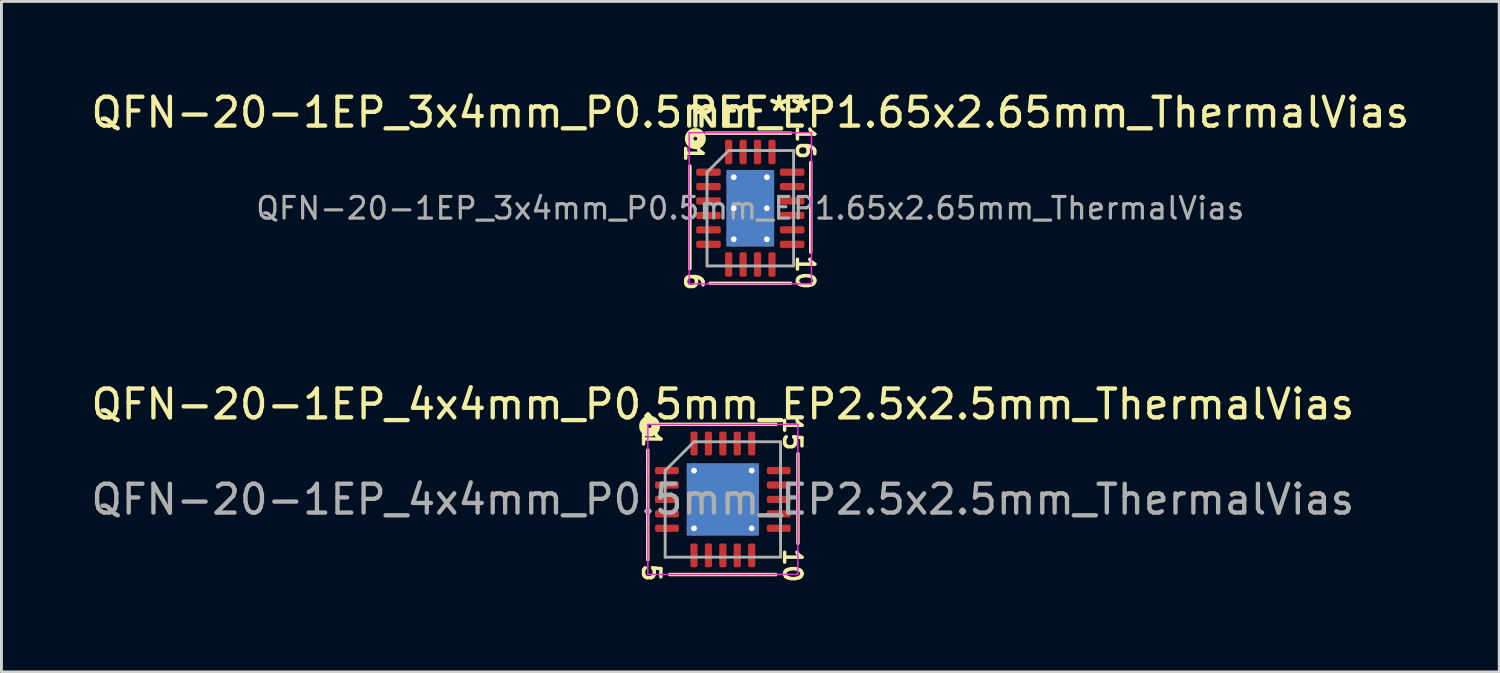
<source format=kicad_pcb>
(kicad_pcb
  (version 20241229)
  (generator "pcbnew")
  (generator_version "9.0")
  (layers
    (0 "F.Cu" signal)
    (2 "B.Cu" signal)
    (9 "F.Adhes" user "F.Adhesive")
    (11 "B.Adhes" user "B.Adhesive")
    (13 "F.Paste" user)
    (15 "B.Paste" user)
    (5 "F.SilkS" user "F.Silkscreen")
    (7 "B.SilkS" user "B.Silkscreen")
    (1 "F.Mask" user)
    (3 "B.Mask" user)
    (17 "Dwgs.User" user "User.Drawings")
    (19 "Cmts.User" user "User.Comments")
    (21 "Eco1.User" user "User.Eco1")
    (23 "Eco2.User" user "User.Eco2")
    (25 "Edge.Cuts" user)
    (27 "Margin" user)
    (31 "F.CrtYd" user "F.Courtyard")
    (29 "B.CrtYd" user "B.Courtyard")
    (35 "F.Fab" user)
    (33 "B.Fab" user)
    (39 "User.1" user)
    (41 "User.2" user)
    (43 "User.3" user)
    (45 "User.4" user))
  (footprint "QFN-20-1EP_3x4mm_P0.5mm_EP1.65x2.65mm_ThermalVias"
    (layer "F.Cu")
    (at 22.958 4.168)
    (property "Reference" "QFN-20-1EP_3x4mm_P0.5mm_EP1.65x2.65mm_ThermalVias" (at 0 -3.32 0) (layer "F.SilkS") (effects (font (size 1 1) (thickness 0.15))))
    (attr smd)
    (fp_line (start -2.095 -1.46) (end -2.095 2.095) (stroke (width 0.12) (type solid)) (layer "F.SilkS"))
    (fp_line (start -1.397 2.603) (end 1.397 2.603) (stroke (width 0.12) (type solid)) (layer "F.SilkS"))
    (fp_line (start 1.397 -2.603) (end -1.524 -2.603) (stroke (width 0.12) (type solid)) (layer "F.SilkS"))
    (fp_line (start 2.095 1.524) (end 2.095 -1.587) (stroke (width 0.12) (type solid)) (layer "F.SilkS"))
    (fp_circle (center -1.905 -2.413) (end -1.841 -2.413) (stroke (width 0.3) (type solid)) (fill no) (layer "F.SilkS"))
    (fp_line (start -2.12 -2.62) (end -2.12 2.62) (stroke (width 0.05) (type solid)) (layer "F.CrtYd"))
    (fp_line (start -2.12 2.62) (end 2.12 2.62) (stroke (width 0.05) (type solid)) (layer "F.CrtYd"))
    (fp_line (start 2.12 -2.62) (end -2.12 -2.62) (stroke (width 0.05) (type solid)) (layer "F.CrtYd"))
    (fp_line (start 2.12 2.62) (end 2.12 -2.62) (stroke (width 0.05) (type solid)) (layer "F.CrtYd"))
    (fp_line (start -1.5 -1.25) (end -0.75 -2) (stroke (width 0.1) (type solid)) (layer "F.Fab"))
    (fp_line (start -1.5 2) (end -1.5 -1.25) (stroke (width 0.1) (type solid)) (layer "F.Fab"))
    (fp_line (start -0.75 -2) (end 1.5 -2) (stroke (width 0.1) (type solid)) (layer "F.Fab"))
    (fp_line (start 1.5 -2) (end 1.5 2) (stroke (width 0.1) (type solid)) (layer "F.Fab"))
    (fp_line (start 1.5 2) (end -1.5 2) (stroke (width 0.1) (type solid)) (layer "F.Fab"))
    (fp_text user "10" (at 1.905 2.223 270) (unlocked yes) (layer "F.SilkS") (effects (font (size 0.6 0.6) (thickness 0.12))))
    (fp_text user "6" (at -1.968 2.54 270) (unlocked yes) (layer "F.SilkS") (effects (font (size 0.6 0.6) (thickness 0.12))))
    (fp_text user "16" (at 1.905 -2.286 270) (unlocked yes) (layer "F.SilkS") (effects (font (size 0.6 0.6) (thickness 0.12))))
    (fp_text user "REF**" (at 0 -3.32 0) (layer "F.SilkS") (effects (font (size 1 1) (thickness 0.15))))
    (fp_text user "1" (at -1.968 -1.905 270) (unlocked yes) (layer "F.SilkS") (effects (font (size 0.6 0.6) (thickness 0.12))))
    (fp_text user "${REFERENCE}" (at 0 0 0) (layer "F.Fab") (effects (font (size 0.75 0.75) (thickness 0.11))))
    (pad "" smd roundrect (at -0.41 -0.66) (size 0.71 1.15) (layers "F.Paste") (roundrect_rratio 0.25))
    (pad "" smd roundrect (at -0.41 0.66) (size 0.71 1.15) (layers "F.Paste") (roundrect_rratio 0.25))
    (pad "" smd roundrect (at 0.41 -0.66) (size 0.71 1.15) (layers "F.Paste") (roundrect_rratio 0.25))
    (pad "" smd roundrect (at 0.41 0.66) (size 0.71 1.15) (layers "F.Paste") (roundrect_rratio 0.25))
    (pad "1" smd roundrect (at -1.45 -1.25) (size 0.85 0.25) (layers "F.Cu" "F.Mask" "F.Paste") (roundrect_rratio 0.25))
    (pad "2" smd roundrect (at -1.45 -0.75) (size 0.85 0.25) (layers "F.Cu" "F.Mask" "F.Paste") (roundrect_rratio 0.25))
    (pad "3" smd roundrect (at -1.45 -0.25) (size 0.85 0.25) (layers "F.Cu" "F.Mask" "F.Paste") (roundrect_rratio 0.25))
    (pad "4" smd roundrect (at -1.45 0.25) (size 0.85 0.25) (layers "F.Cu" "F.Mask" "F.Paste") (roundrect_rratio 0.25))
    (pad "5" smd roundrect (at -1.45 0.75) (size 0.85 0.25) (layers "F.Cu" "F.Mask" "F.Paste") (roundrect_rratio 0.25))
    (pad "6" smd roundrect (at -1.45 1.25) (size 0.85 0.25) (layers "F.Cu" "F.Mask" "F.Paste") (roundrect_rratio 0.25))
    (pad "7" smd roundrect (at -0.75 1.95) (size 0.25 0.85) (layers "F.Cu" "F.Mask" "F.Paste") (roundrect_rratio 0.25))
    (pad "8" smd roundrect (at -0.25 1.95) (size 0.25 0.85) (layers "F.Cu" "F.Mask" "F.Paste") (roundrect_rratio 0.25))
    (pad "9" smd roundrect (at 0.25 1.95) (size 0.25 0.85) (layers "F.Cu" "F.Mask" "F.Paste") (roundrect_rratio 0.25))
    (pad "10" smd roundrect (at 0.75 1.95) (size 0.25 0.85) (layers "F.Cu" "F.Mask" "F.Paste") (roundrect_rratio 0.25))
    (pad "11" smd roundrect (at 1.45 1.25) (size 0.85 0.25) (layers "F.Cu" "F.Mask" "F.Paste") (roundrect_rratio 0.25))
    (pad "12" smd roundrect (at 1.45 0.75) (size 0.85 0.25) (layers "F.Cu" "F.Mask" "F.Paste") (roundrect_rratio 0.25))
    (pad "13" smd roundrect (at 1.45 0.25) (size 0.85 0.25) (layers "F.Cu" "F.Mask" "F.Paste") (roundrect_rratio 0.25))
    (pad "14" smd roundrect (at 1.45 -0.25) (size 0.85 0.25) (layers "F.Cu" "F.Mask" "F.Paste") (roundrect_rratio 0.25))
    (pad "15" smd roundrect (at 1.45 -0.75) (size 0.85 0.25) (layers "F.Cu" "F.Mask" "F.Paste") (roundrect_rratio 0.25))
    (pad "16" smd roundrect (at 1.45 -1.25) (size 0.85 0.25) (layers "F.Cu" "F.Mask" "F.Paste") (roundrect_rratio 0.25))
    (pad "17" smd roundrect (at 0.75 -1.95) (size 0.25 0.85) (layers "F.Cu" "F.Mask" "F.Paste") (roundrect_rratio 0.25))
    (pad "18" smd roundrect (at 0.25 -1.95) (size 0.25 0.85) (layers "F.Cu" "F.Mask" "F.Paste") (roundrect_rratio 0.25))
    (pad "19" smd roundrect (at -0.25 -1.95) (size 0.25 0.85) (layers "F.Cu" "F.Mask" "F.Paste") (roundrect_rratio 0.25))
    (pad "20" smd roundrect (at -0.75 -1.95) (size 0.25 0.85) (layers "F.Cu" "F.Mask" "F.Paste") (roundrect_rratio 0.25))
    (pad "21" thru_hole circle (at -0.575 -1.075) (size 0.5 0.5) (drill 0.2) (layers "*.Cu"))
    (pad "21" thru_hole circle (at -0.575 0) (size 0.5 0.5) (drill 0.2) (layers "*.Cu"))
    (pad "21" thru_hole circle (at -0.575 1.075) (size 0.5 0.5) (drill 0.2) (layers "*.Cu"))
    (pad "21" smd rect (at 0 0) (size 1.65 2.65) (layers "F.Cu" "F.Mask"))
    (pad "21" smd rect (at 0 0) (size 1.65 2.65) (layers "B.Cu" "B.Mask"))
    (pad "21" thru_hole circle (at 0.575 -1.075) (size 0.5 0.5) (drill 0.2) (layers "*.Cu"))
    (pad "21" thru_hole circle (at 0.575 0) (size 0.5 0.5) (drill 0.2) (layers "*.Cu"))
    (pad "21" thru_hole circle (at 0.575 1.075) (size 0.5 0.5) (drill 0.2) (layers "*.Cu")))
  (footprint "QFN-20-1EP_4x4mm_P0.5mm_EP2.5x2.5mm_ThermalVias"
    (layer "F.Cu")
    (at 22.006 14.262)
    (property "Reference" "QFN-20-1EP_4x4mm_P0.5mm_EP2.5x2.5mm_ThermalVias" (at 0 -3.3 0) (layer "F.SilkS") (effects (font (size 1 1) (thickness 0.15))))
    (attr smd)
    (fp_line (start -2.603 -1.714) (end -2.603 2.095) (stroke (width 0.12) (type solid)) (layer "F.SilkS"))
    (fp_line (start -1.841 2.603) (end 1.841 2.603) (stroke (width 0.12) (type solid)) (layer "F.SilkS"))
    (fp_line (start 1.841 -2.603) (end -2.159 -2.603) (stroke (width 0.12) (type solid)) (layer "F.SilkS"))
    (fp_line (start 2.603 1.524) (end 2.603 -1.587) (stroke (width 0.12) (type solid)) (layer "F.SilkS"))
    (fp_circle (center -2.54 -2.54) (end -2.477 -2.54) (stroke (width 0.3) (type solid)) (fill no) (layer "F.SilkS"))
    (fp_line (start -2.6 -2.6) (end -2.6 2.6) (stroke (width 0.05) (type solid)) (layer "F.CrtYd"))
    (fp_line (start -2.6 2.6) (end 2.6 2.6) (stroke (width 0.05) (type solid)) (layer "F.CrtYd"))
    (fp_line (start 2.6 -2.6) (end -2.6 -2.6) (stroke (width 0.05) (type solid)) (layer "F.CrtYd"))
    (fp_line (start 2.6 2.6) (end 2.6 -2.6) (stroke (width 0.05) (type solid)) (layer "F.CrtYd"))
    (fp_line (start -2 -1) (end -1 -2) (stroke (width 0.1) (type solid)) (layer "F.Fab"))
    (fp_line (start -2 2) (end -2 -1) (stroke (width 0.1) (type solid)) (layer "F.Fab"))
    (fp_line (start -1 -2) (end 2 -2) (stroke (width 0.1) (type solid)) (layer "F.Fab"))
    (fp_line (start 2 -2) (end 2 2) (stroke (width 0.1) (type solid)) (layer "F.Fab"))
    (fp_line (start 2 2) (end -2 2) (stroke (width 0.1) (type solid)) (layer "F.Fab"))
    (fp_text user "5" (at -2.477 2.54 270) (unlocked yes) (layer "F.SilkS") (effects (font (size 0.6 0.6) (thickness 0.12))))
    (fp_text user "15" (at 2.413 -2.286 270) (unlocked yes) (layer "F.SilkS") (effects (font (size 0.6 0.6) (thickness 0.12))))
    (fp_text user "1" (at -2.477 -2.095 270) (unlocked yes) (layer "F.SilkS") (effects (font (size 0.6 0.6) (thickness 0.12))))
    (fp_text user "10" (at 2.413 2.286 270) (unlocked yes) (layer "F.SilkS") (effects (font (size 0.6 0.6) (thickness 0.12))))
    (fp_text user "${REFERENCE}" (at 0 0 0) (layer "F.Fab") (effects (font (size 1 1) (thickness 0.15))))
    (pad "" smd roundrect (at -0.625 -0.625) (size 1.08 1.08) (layers "F.Paste") (roundrect_rratio 0.231))
    (pad "" smd roundrect (at -0.625 0.625) (size 1.08 1.08) (layers "F.Paste") (roundrect_rratio 0.231))
    (pad "" smd roundrect (at 0.625 -0.625) (size 1.08 1.08) (layers "F.Paste") (roundrect_rratio 0.231))
    (pad "" smd roundrect (at 0.625 0.625) (size 1.08 1.08) (layers "F.Paste") (roundrect_rratio 0.231))
    (pad "1" smd roundrect (at -1.938 -1) (size 0.825 0.25) (layers "F.Cu" "F.Mask" "F.Paste") (roundrect_rratio 0.25))
    (pad "2" smd roundrect (at -1.938 -0.5) (size 0.825 0.25) (layers "F.Cu" "F.Mask" "F.Paste") (roundrect_rratio 0.25))
    (pad "3" smd roundrect (at -1.938 0) (size 0.825 0.25) (layers "F.Cu" "F.Mask" "F.Paste") (roundrect_rratio 0.25))
    (pad "4" smd roundrect (at -1.938 0.5) (size 0.825 0.25) (layers "F.Cu" "F.Mask" "F.Paste") (roundrect_rratio 0.25))
    (pad "5" smd roundrect (at -1.938 1) (size 0.825 0.25) (layers "F.Cu" "F.Mask" "F.Paste") (roundrect_rratio 0.25))
    (pad "6" smd roundrect (at -1 1.938) (size 0.25 0.825) (layers "F.Cu" "F.Mask" "F.Paste") (roundrect_rratio 0.25))
    (pad "7" smd roundrect (at -0.5 1.938) (size 0.25 0.825) (layers "F.Cu" "F.Mask" "F.Paste") (roundrect_rratio 0.25))
    (pad "8" smd roundrect (at 0 1.938) (size 0.25 0.825) (layers "F.Cu" "F.Mask" "F.Paste") (roundrect_rratio 0.25))
    (pad "9" smd roundrect (at 0.5 1.938) (size 0.25 0.825) (layers "F.Cu" "F.Mask" "F.Paste") (roundrect_rratio 0.25))
    (pad "10" smd roundrect (at 1 1.938) (size 0.25 0.825) (layers "F.Cu" "F.Mask" "F.Paste") (roundrect_rratio 0.25))
    (pad "11" smd roundrect (at 1.938 1) (size 0.825 0.25) (layers "F.Cu" "F.Mask" "F.Paste") (roundrect_rratio 0.25))
    (pad "12" smd roundrect (at 1.938 0.5) (size 0.825 0.25) (layers "F.Cu" "F.Mask" "F.Paste") (roundrect_rratio 0.25))
    (pad "13" smd roundrect (at 1.938 0) (size 0.825 0.25) (layers "F.Cu" "F.Mask" "F.Paste") (roundrect_rratio 0.25))
    (pad "14" smd roundrect (at 1.938 -0.5) (size 0.825 0.25) (layers "F.Cu" "F.Mask" "F.Paste") (roundrect_rratio 0.25))
    (pad "15" smd roundrect (at 1.938 -1) (size 0.825 0.25) (layers "F.Cu" "F.Mask" "F.Paste") (roundrect_rratio 0.25))
    (pad "16" smd roundrect (at 1 -1.938) (size 0.25 0.825) (layers "F.Cu" "F.Mask" "F.Paste") (roundrect_rratio 0.25))
    (pad "17" smd roundrect (at 0.5 -1.938) (size 0.25 0.825) (layers "F.Cu" "F.Mask" "F.Paste") (roundrect_rratio 0.25))
    (pad "18" smd roundrect (at 0 -1.938) (size 0.25 0.825) (layers "F.Cu" "F.Mask" "F.Paste") (roundrect_rratio 0.25))
    (pad "19" smd roundrect (at -0.5 -1.938) (size 0.25 0.825) (layers "F.Cu" "F.Mask" "F.Paste") (roundrect_rratio 0.25))
    (pad "20" smd roundrect (at -1 -1.938) (size 0.25 0.825) (layers "F.Cu" "F.Mask" "F.Paste") (roundrect_rratio 0.25))
    (pad "21" thru_hole circle (at -1 -1) (size 0.5 0.5) (drill 0.2) (layers "*.Cu"))
    (pad "21" thru_hole circle (at -1 1) (size 0.5 0.5) (drill 0.2) (layers "*.Cu"))
    (pad "21" smd rect (at 0 0) (size 2.5 2.5) (layers "F.Cu" "F.Mask"))
    (pad "21" smd rect (at 0 0) (size 2.5 2.5) (layers "B.Cu" "B.Mask"))
    (pad "21" thru_hole circle (at 1 -1) (size 0.5 0.5) (drill 0.2) (layers "*.Cu"))
    (pad "21" thru_hole circle (at 1 1) (size 0.5 0.5) (drill 0.2) (layers "*.Cu")))
  (gr_rect
    (start -3 -3)
    (end 48.917 20.24)
    (stroke (width 0.1) (type default))
    (fill no)
    (layer "Edge.Cuts")))
</source>
